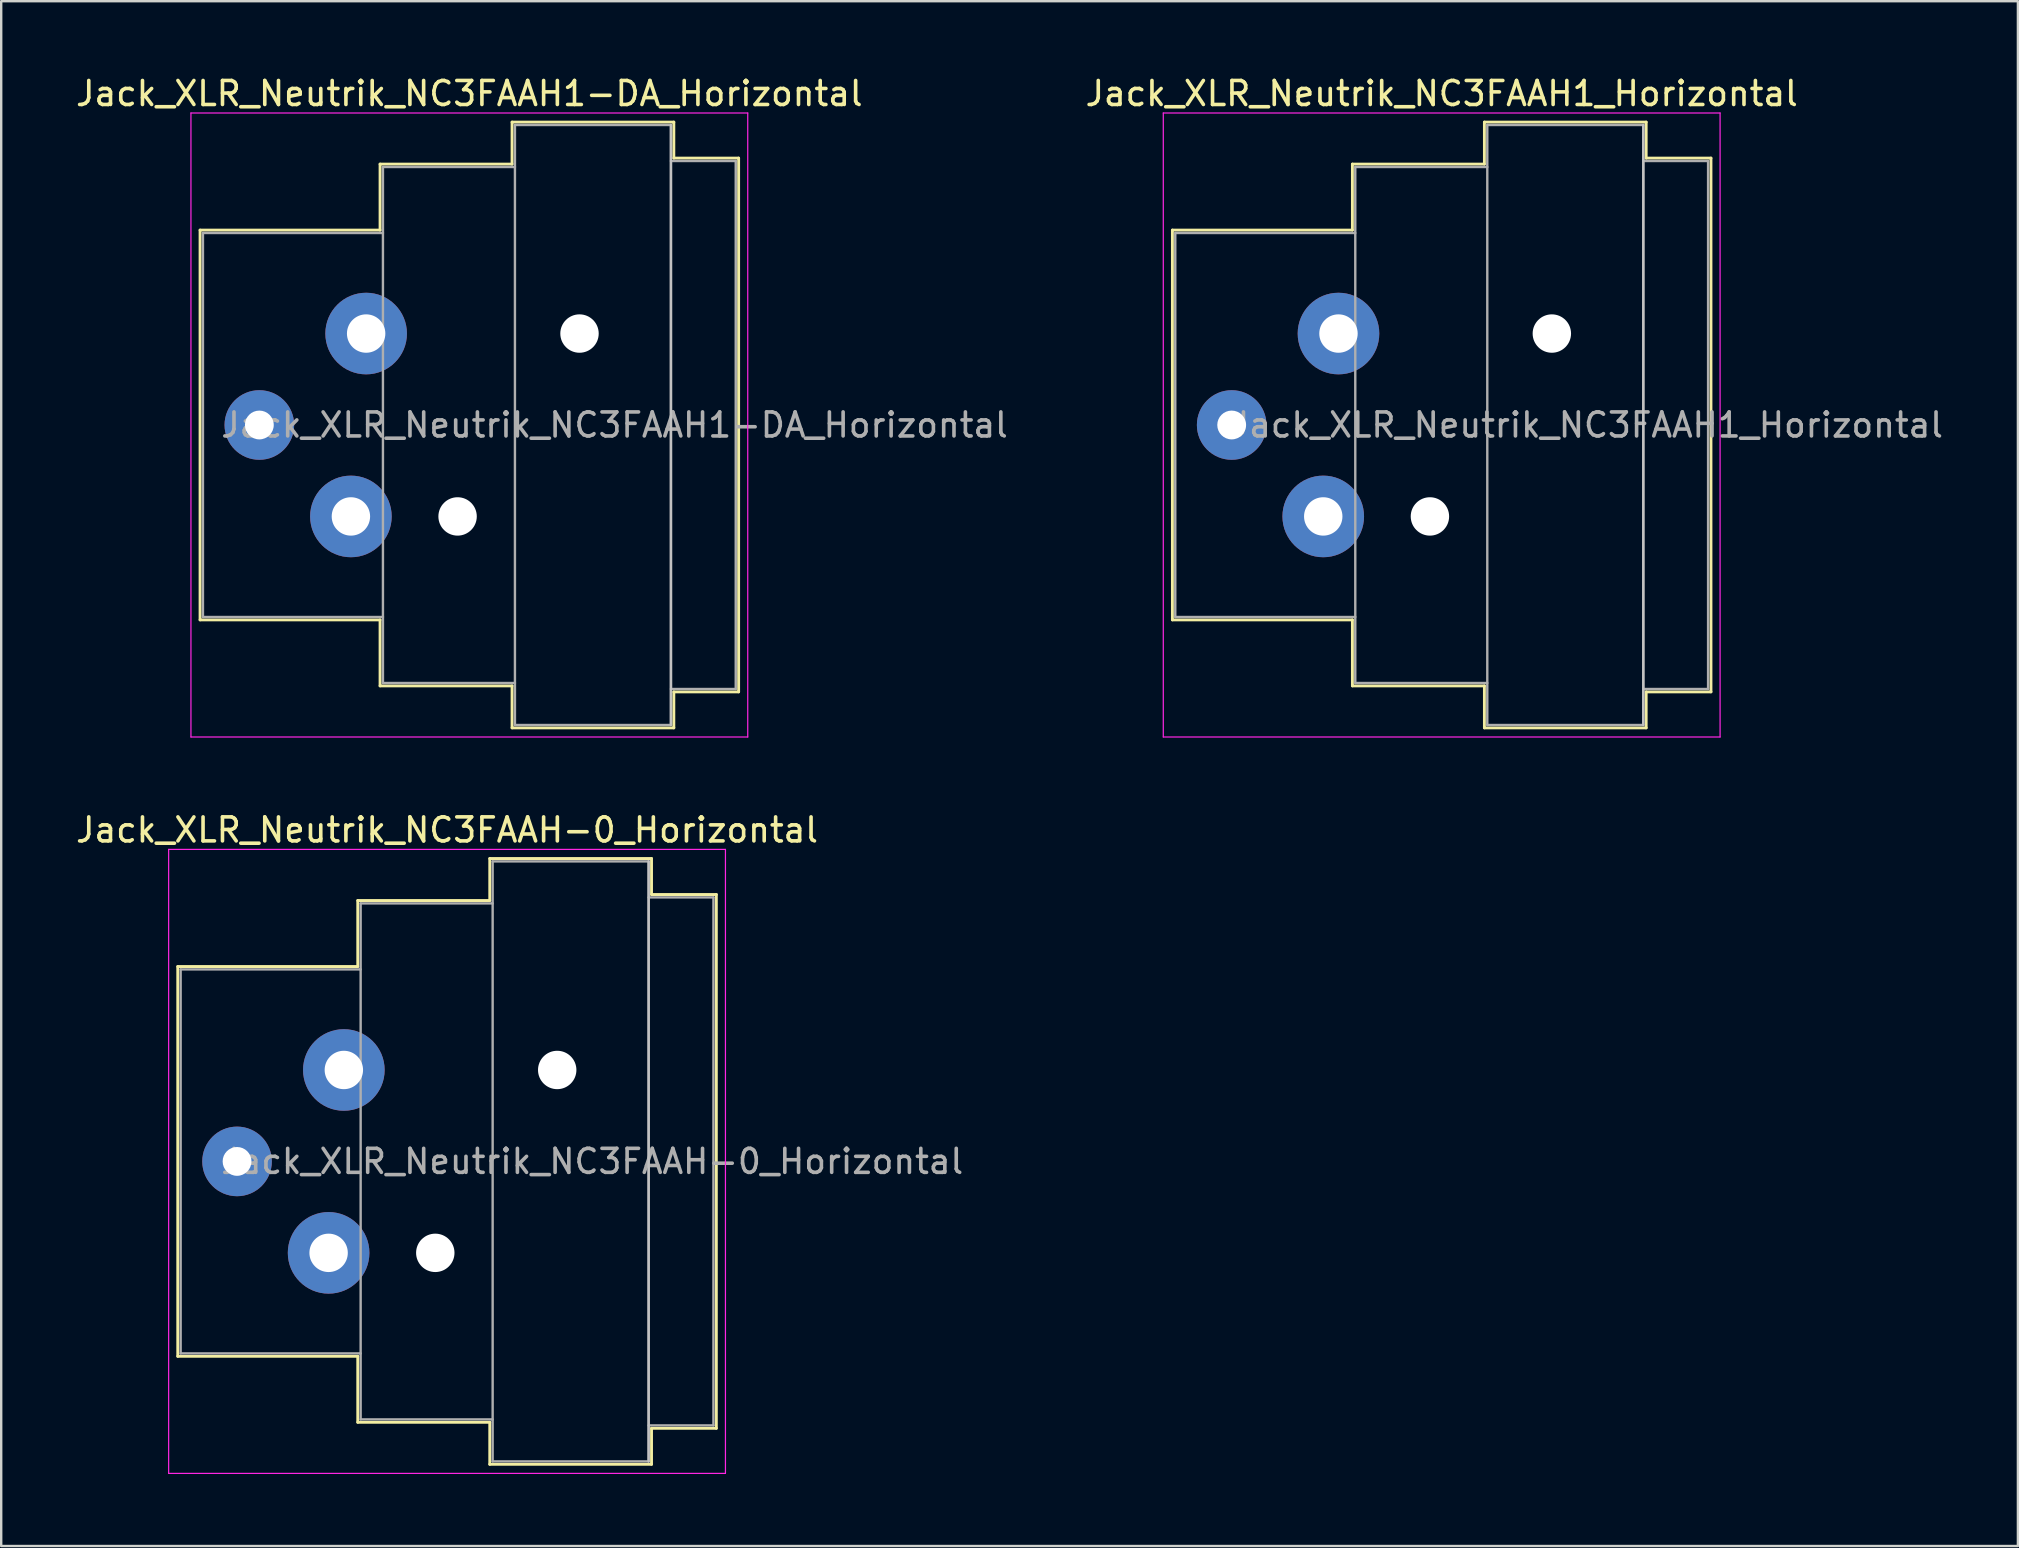
<source format=kicad_pcb>
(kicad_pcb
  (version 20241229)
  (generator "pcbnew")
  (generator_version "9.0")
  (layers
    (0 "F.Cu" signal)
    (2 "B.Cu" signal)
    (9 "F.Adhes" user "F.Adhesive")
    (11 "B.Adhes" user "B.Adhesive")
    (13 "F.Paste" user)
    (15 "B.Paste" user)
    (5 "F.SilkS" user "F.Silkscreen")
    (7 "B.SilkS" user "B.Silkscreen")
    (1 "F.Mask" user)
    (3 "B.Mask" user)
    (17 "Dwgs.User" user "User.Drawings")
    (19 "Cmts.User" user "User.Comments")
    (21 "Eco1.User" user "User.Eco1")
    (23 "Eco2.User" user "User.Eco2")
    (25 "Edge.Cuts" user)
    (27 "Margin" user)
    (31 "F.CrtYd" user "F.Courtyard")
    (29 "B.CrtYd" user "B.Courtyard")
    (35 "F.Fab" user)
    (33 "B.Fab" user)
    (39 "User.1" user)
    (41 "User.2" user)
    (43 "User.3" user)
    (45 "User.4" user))
  (footprint "Jack_XLR_Neutrik_NC3FAAH-0_Horizontal"
    (layer "F.Cu")
    (at 11.277 41.532)
    (property "Reference" "Jack_XLR_Neutrik_NC3FAAH-0_Horizontal" (at 4.3 -10 0) (layer "F.SilkS") (effects (font (size 1 1) (thickness 0.15))))
    (attr through_hole)
    (fp_line (start -6.92 -4.31) (end -6.92 11.93) (stroke (width 0.12) (type solid)) (layer "F.SilkS"))
    (fp_line (start 0.58 -7.06) (end 0.58 -4.31) (stroke (width 0.12) (type solid)) (layer "F.SilkS"))
    (fp_line (start 0.58 -4.31) (end -6.92 -4.31) (stroke (width 0.12) (type solid)) (layer "F.SilkS"))
    (fp_line (start 0.58 11.93) (end -6.92 11.93) (stroke (width 0.12) (type solid)) (layer "F.SilkS"))
    (fp_line (start 0.58 11.93) (end 0.58 14.68) (stroke (width 0.12) (type solid)) (layer "F.SilkS"))
    (fp_line (start 6.08 -7.06) (end 0.58 -7.06) (stroke (width 0.12) (type solid)) (layer "F.SilkS"))
    (fp_line (start 6.08 -7.06) (end 6.08 -8.81) (stroke (width 0.12) (type solid)) (layer "F.SilkS"))
    (fp_line (start 6.08 14.68) (end 0.58 14.68) (stroke (width 0.12) (type solid)) (layer "F.SilkS"))
    (fp_line (start 6.08 16.43) (end 6.08 14.68) (stroke (width 0.12) (type solid)) (layer "F.SilkS"))
    (fp_line (start 12.82 -8.81) (end 6.08 -8.81) (stroke (width 0.12) (type solid)) (layer "F.SilkS"))
    (fp_line (start 12.82 -8.81) (end 12.82 -7.31) (stroke (width 0.12) (type solid)) (layer "F.SilkS"))
    (fp_line (start 12.82 -7.31) (end 15.52 -7.31) (stroke (width 0.12) (type solid)) (layer "F.SilkS"))
    (fp_line (start 12.82 14.93) (end 12.82 16.43) (stroke (width 0.12) (type solid)) (layer "F.SilkS"))
    (fp_line (start 12.82 14.93) (end 15.52 14.93) (stroke (width 0.12) (type solid)) (layer "F.SilkS"))
    (fp_line (start 12.82 16.43) (end 6.08 16.43) (stroke (width 0.12) (type solid)) (layer "F.SilkS"))
    (fp_line (start 15.52 -7.31) (end 15.52 14.93) (stroke (width 0.12) (type solid)) (layer "F.SilkS"))
    (fp_line (start 12.7 -8.69) (end 12.7 16.31) (stroke (width 0.1) (type solid)) (layer "Dwgs.User"))
    (fp_line (start -7.3 -9.19) (end -7.3 16.81) (stroke (width 0.05) (type solid)) (layer "F.CrtYd"))
    (fp_line (start 15.9 -9.19) (end -7.3 -9.19) (stroke (width 0.05) (type solid)) (layer "F.CrtYd"))
    (fp_line (start 15.9 -9.19) (end 15.9 16.81) (stroke (width 0.05) (type solid)) (layer "F.CrtYd"))
    (fp_line (start 15.9 16.81) (end -7.3 16.81) (stroke (width 0.05) (type solid)) (layer "F.CrtYd"))
    (fp_line (start -6.8 -4.19) (end -6.8 11.81) (stroke (width 0.1) (type solid)) (layer "F.Fab"))
    (fp_line (start -6.8 11.81) (end 0.7 11.81) (stroke (width 0.1) (type solid)) (layer "F.Fab"))
    (fp_line (start 0.7 -6.94) (end 0.7 14.56) (stroke (width 0.1) (type solid)) (layer "F.Fab"))
    (fp_line (start 0.7 -4.19) (end -6.8 -4.19) (stroke (width 0.1) (type solid)) (layer "F.Fab"))
    (fp_line (start 0.7 14.56) (end 6.2 14.56) (stroke (width 0.1) (type solid)) (layer "F.Fab"))
    (fp_line (start 6.2 -8.69) (end 12.7 -8.69) (stroke (width 0.1) (type solid)) (layer "F.Fab"))
    (fp_line (start 6.2 -6.94) (end 0.7 -6.94) (stroke (width 0.1) (type solid)) (layer "F.Fab"))
    (fp_line (start 6.2 16.31) (end 6.2 -8.69) (stroke (width 0.1) (type solid)) (layer "F.Fab"))
    (fp_line (start 12.7 -8.69) (end 12.7 16.31) (stroke (width 0.1) (type solid)) (layer "F.Fab"))
    (fp_line (start 12.7 -7.19) (end 15.4 -7.19) (stroke (width 0.1) (type solid)) (layer "F.Fab"))
    (fp_line (start 12.7 16.31) (end 6.2 16.31) (stroke (width 0.1) (type solid)) (layer "F.Fab"))
    (fp_line (start 15.4 -7.19) (end 15.4 14.81) (stroke (width 0.1) (type solid)) (layer "F.Fab"))
    (fp_line (start 15.4 14.81) (end 12.7 14.81) (stroke (width 0.1) (type solid)) (layer "F.Fab"))
    (fp_text user "${REFERENCE}" (at 10.35 3.81 0) (layer "F.Fab") (effects (font (size 1 1) (thickness 0.15))))
    (pad "" np_thru_hole circle (at 3.81 7.62) (size 1.6 1.6) (drill 1.6) (layers "*.Cu" "*.Mask"))
    (pad "" np_thru_hole circle (at 8.89 0) (size 1.6 1.6) (drill 1.6) (layers "*.Cu" "*.Mask"))
    (pad "1" thru_hole circle (at 0 0) (size 3.4 3.4) (drill 1.6) (layers "*.Cu" "*.Mask"))
    (pad "2" thru_hole circle (at -0.635 7.62) (size 3.4 3.4) (drill 1.6) (layers "*.Cu" "*.Mask"))
    (pad "3" thru_hole circle (at -4.45 3.81) (size 2.9 2.9) (drill 1.2) (layers "*.Cu" "*.Mask")))
  (footprint "Jack_XLR_Neutrik_NC3FAAH1-DA_Horizontal"
    (layer "F.Cu")
    (at 12.206 10.848)
    (property "Reference" "Jack_XLR_Neutrik_NC3FAAH1-DA_Horizontal" (at 4.3 -10 0) (layer "F.SilkS") (effects (font (size 1 1) (thickness 0.15))))
    (attr through_hole)
    (fp_line (start -6.92 -4.31) (end -6.92 11.93) (stroke (width 0.12) (type solid)) (layer "F.SilkS"))
    (fp_line (start 0.58 -7.06) (end 0.58 -4.31) (stroke (width 0.12) (type solid)) (layer "F.SilkS"))
    (fp_line (start 0.58 -4.31) (end -6.92 -4.31) (stroke (width 0.12) (type solid)) (layer "F.SilkS"))
    (fp_line (start 0.58 11.93) (end -6.92 11.93) (stroke (width 0.12) (type solid)) (layer "F.SilkS"))
    (fp_line (start 0.58 11.93) (end 0.58 14.68) (stroke (width 0.12) (type solid)) (layer "F.SilkS"))
    (fp_line (start 6.08 -7.06) (end 0.58 -7.06) (stroke (width 0.12) (type solid)) (layer "F.SilkS"))
    (fp_line (start 6.08 -7.06) (end 6.08 -8.81) (stroke (width 0.12) (type solid)) (layer "F.SilkS"))
    (fp_line (start 6.08 14.68) (end 0.58 14.68) (stroke (width 0.12) (type solid)) (layer "F.SilkS"))
    (fp_line (start 6.08 16.43) (end 6.08 14.68) (stroke (width 0.12) (type solid)) (layer "F.SilkS"))
    (fp_line (start 12.82 -8.81) (end 6.08 -8.81) (stroke (width 0.12) (type solid)) (layer "F.SilkS"))
    (fp_line (start 12.82 -8.81) (end 12.82 -7.31) (stroke (width 0.12) (type solid)) (layer "F.SilkS"))
    (fp_line (start 12.82 -7.31) (end 15.52 -7.31) (stroke (width 0.12) (type solid)) (layer "F.SilkS"))
    (fp_line (start 12.82 14.93) (end 12.82 16.43) (stroke (width 0.12) (type solid)) (layer "F.SilkS"))
    (fp_line (start 12.82 14.93) (end 15.52 14.93) (stroke (width 0.12) (type solid)) (layer "F.SilkS"))
    (fp_line (start 12.82 16.43) (end 6.08 16.43) (stroke (width 0.12) (type solid)) (layer "F.SilkS"))
    (fp_line (start 15.52 -7.31) (end 15.52 14.93) (stroke (width 0.12) (type solid)) (layer "F.SilkS"))
    (fp_line (start 12.7 -8.69) (end 12.7 16.31) (stroke (width 0.1) (type solid)) (layer "Dwgs.User"))
    (fp_line (start -7.3 -9.19) (end -7.3 16.81) (stroke (width 0.05) (type solid)) (layer "F.CrtYd"))
    (fp_line (start 15.9 -9.19) (end -7.3 -9.19) (stroke (width 0.05) (type solid)) (layer "F.CrtYd"))
    (fp_line (start 15.9 -9.19) (end 15.9 16.81) (stroke (width 0.05) (type solid)) (layer "F.CrtYd"))
    (fp_line (start 15.9 16.81) (end -7.3 16.81) (stroke (width 0.05) (type solid)) (layer "F.CrtYd"))
    (fp_line (start -6.8 -4.19) (end -6.8 11.81) (stroke (width 0.1) (type solid)) (layer "F.Fab"))
    (fp_line (start -6.8 11.81) (end 0.7 11.81) (stroke (width 0.1) (type solid)) (layer "F.Fab"))
    (fp_line (start 0.7 -6.94) (end 0.7 14.56) (stroke (width 0.1) (type solid)) (layer "F.Fab"))
    (fp_line (start 0.7 -4.19) (end -6.8 -4.19) (stroke (width 0.1) (type solid)) (layer "F.Fab"))
    (fp_line (start 0.7 14.56) (end 6.2 14.56) (stroke (width 0.1) (type solid)) (layer "F.Fab"))
    (fp_line (start 6.2 -8.69) (end 12.7 -8.69) (stroke (width 0.1) (type solid)) (layer "F.Fab"))
    (fp_line (start 6.2 -6.94) (end 0.7 -6.94) (stroke (width 0.1) (type solid)) (layer "F.Fab"))
    (fp_line (start 6.2 16.31) (end 6.2 -8.69) (stroke (width 0.1) (type solid)) (layer "F.Fab"))
    (fp_line (start 12.7 -8.69) (end 12.7 16.31) (stroke (width 0.1) (type solid)) (layer "F.Fab"))
    (fp_line (start 12.7 -7.19) (end 15.4 -7.19) (stroke (width 0.1) (type solid)) (layer "F.Fab"))
    (fp_line (start 12.7 16.31) (end 6.2 16.31) (stroke (width 0.1) (type solid)) (layer "F.Fab"))
    (fp_line (start 15.4 -7.19) (end 15.4 14.81) (stroke (width 0.1) (type solid)) (layer "F.Fab"))
    (fp_line (start 15.4 14.81) (end 12.7 14.81) (stroke (width 0.1) (type solid)) (layer "F.Fab"))
    (fp_text user "${REFERENCE}" (at 10.35 3.81 0) (layer "F.Fab") (effects (font (size 1 1) (thickness 0.15))))
    (pad "" np_thru_hole circle (at 3.81 7.62) (size 1.6 1.6) (drill 1.6) (layers "*.Cu" "*.Mask"))
    (pad "" np_thru_hole circle (at 8.89 0) (size 1.6 1.6) (drill 1.6) (layers "*.Cu" "*.Mask"))
    (pad "1" thru_hole circle (at 0 0) (size 3.4 3.4) (drill 1.6) (layers "*.Cu" "*.Mask"))
    (pad "2" thru_hole circle (at -0.635 7.62) (size 3.4 3.4) (drill 1.6) (layers "*.Cu" "*.Mask"))
    (pad "3" thru_hole circle (at -4.45 3.81) (size 2.9 2.9) (drill 1.2) (layers "*.Cu" "*.Mask")))
  (footprint "Jack_XLR_Neutrik_NC3FAAH1_Horizontal"
    (layer "F.Cu")
    (at 52.72 10.848)
    (property "Reference" "Jack_XLR_Neutrik_NC3FAAH1_Horizontal" (at 4.3 -10 0) (layer "F.SilkS") (effects (font (size 1 1) (thickness 0.15))))
    (attr through_hole)
    (fp_line (start -6.92 -4.31) (end -6.92 11.93) (stroke (width 0.12) (type solid)) (layer "F.SilkS"))
    (fp_line (start 0.58 -7.06) (end 0.58 -4.31) (stroke (width 0.12) (type solid)) (layer "F.SilkS"))
    (fp_line (start 0.58 -4.31) (end -6.92 -4.31) (stroke (width 0.12) (type solid)) (layer "F.SilkS"))
    (fp_line (start 0.58 11.93) (end -6.92 11.93) (stroke (width 0.12) (type solid)) (layer "F.SilkS"))
    (fp_line (start 0.58 11.93) (end 0.58 14.68) (stroke (width 0.12) (type solid)) (layer "F.SilkS"))
    (fp_line (start 6.08 -7.06) (end 0.58 -7.06) (stroke (width 0.12) (type solid)) (layer "F.SilkS"))
    (fp_line (start 6.08 -7.06) (end 6.08 -8.81) (stroke (width 0.12) (type solid)) (layer "F.SilkS"))
    (fp_line (start 6.08 14.68) (end 0.58 14.68) (stroke (width 0.12) (type solid)) (layer "F.SilkS"))
    (fp_line (start 6.08 16.43) (end 6.08 14.68) (stroke (width 0.12) (type solid)) (layer "F.SilkS"))
    (fp_line (start 12.82 -8.81) (end 6.08 -8.81) (stroke (width 0.12) (type solid)) (layer "F.SilkS"))
    (fp_line (start 12.82 -8.81) (end 12.82 -7.31) (stroke (width 0.12) (type solid)) (layer "F.SilkS"))
    (fp_line (start 12.82 -7.31) (end 15.52 -7.31) (stroke (width 0.12) (type solid)) (layer "F.SilkS"))
    (fp_line (start 12.82 14.93) (end 12.82 16.43) (stroke (width 0.12) (type solid)) (layer "F.SilkS"))
    (fp_line (start 12.82 14.93) (end 15.52 14.93) (stroke (width 0.12) (type solid)) (layer "F.SilkS"))
    (fp_line (start 12.82 16.43) (end 6.08 16.43) (stroke (width 0.12) (type solid)) (layer "F.SilkS"))
    (fp_line (start 15.52 -7.31) (end 15.52 14.93) (stroke (width 0.12) (type solid)) (layer "F.SilkS"))
    (fp_line (start 12.7 -8.69) (end 12.7 16.31) (stroke (width 0.1) (type solid)) (layer "Dwgs.User"))
    (fp_line (start -7.3 -9.19) (end -7.3 16.81) (stroke (width 0.05) (type solid)) (layer "F.CrtYd"))
    (fp_line (start 15.9 -9.19) (end -7.3 -9.19) (stroke (width 0.05) (type solid)) (layer "F.CrtYd"))
    (fp_line (start 15.9 -9.19) (end 15.9 16.81) (stroke (width 0.05) (type solid)) (layer "F.CrtYd"))
    (fp_line (start 15.9 16.81) (end -7.3 16.81) (stroke (width 0.05) (type solid)) (layer "F.CrtYd"))
    (fp_line (start -6.8 -4.19) (end -6.8 11.81) (stroke (width 0.1) (type solid)) (layer "F.Fab"))
    (fp_line (start -6.8 11.81) (end 0.7 11.81) (stroke (width 0.1) (type solid)) (layer "F.Fab"))
    (fp_line (start 0.7 -6.94) (end 0.7 14.56) (stroke (width 0.1) (type solid)) (layer "F.Fab"))
    (fp_line (start 0.7 -4.19) (end -6.8 -4.19) (stroke (width 0.1) (type solid)) (layer "F.Fab"))
    (fp_line (start 0.7 14.56) (end 6.2 14.56) (stroke (width 0.1) (type solid)) (layer "F.Fab"))
    (fp_line (start 6.2 -8.69) (end 12.7 -8.69) (stroke (width 0.1) (type solid)) (layer "F.Fab"))
    (fp_line (start 6.2 -6.94) (end 0.7 -6.94) (stroke (width 0.1) (type solid)) (layer "F.Fab"))
    (fp_line (start 6.2 16.31) (end 6.2 -8.69) (stroke (width 0.1) (type solid)) (layer "F.Fab"))
    (fp_line (start 12.7 -8.69) (end 12.7 16.31) (stroke (width 0.1) (type solid)) (layer "F.Fab"))
    (fp_line (start 12.7 -7.19) (end 15.4 -7.19) (stroke (width 0.1) (type solid)) (layer "F.Fab"))
    (fp_line (start 12.7 16.31) (end 6.2 16.31) (stroke (width 0.1) (type solid)) (layer "F.Fab"))
    (fp_line (start 15.4 -7.19) (end 15.4 14.81) (stroke (width 0.1) (type solid)) (layer "F.Fab"))
    (fp_line (start 15.4 14.81) (end 12.7 14.81) (stroke (width 0.1) (type solid)) (layer "F.Fab"))
    (fp_text user "${REFERENCE}" (at 10.35 3.81 0) (layer "F.Fab") (effects (font (size 1 1) (thickness 0.15))))
    (pad "" np_thru_hole circle (at 3.81 7.62) (size 1.6 1.6) (drill 1.6) (layers "*.Cu" "*.Mask"))
    (pad "" np_thru_hole circle (at 8.89 0) (size 1.6 1.6) (drill 1.6) (layers "*.Cu" "*.Mask"))
    (pad "1" thru_hole circle (at 0 0) (size 3.4 3.4) (drill 1.6) (layers "*.Cu" "*.Mask"))
    (pad "2" thru_hole circle (at -0.635 7.62) (size 3.4 3.4) (drill 1.6) (layers "*.Cu" "*.Mask"))
    (pad "3" thru_hole circle (at -4.45 3.81) (size 2.9 2.9) (drill 1.2) (layers "*.Cu" "*.Mask")))
  (gr_rect
    (start -3 -3)
    (end 81.029 61.367)
    (stroke (width 0.1) (type default))
    (fill no)
    (layer "Edge.Cuts")))
</source>
